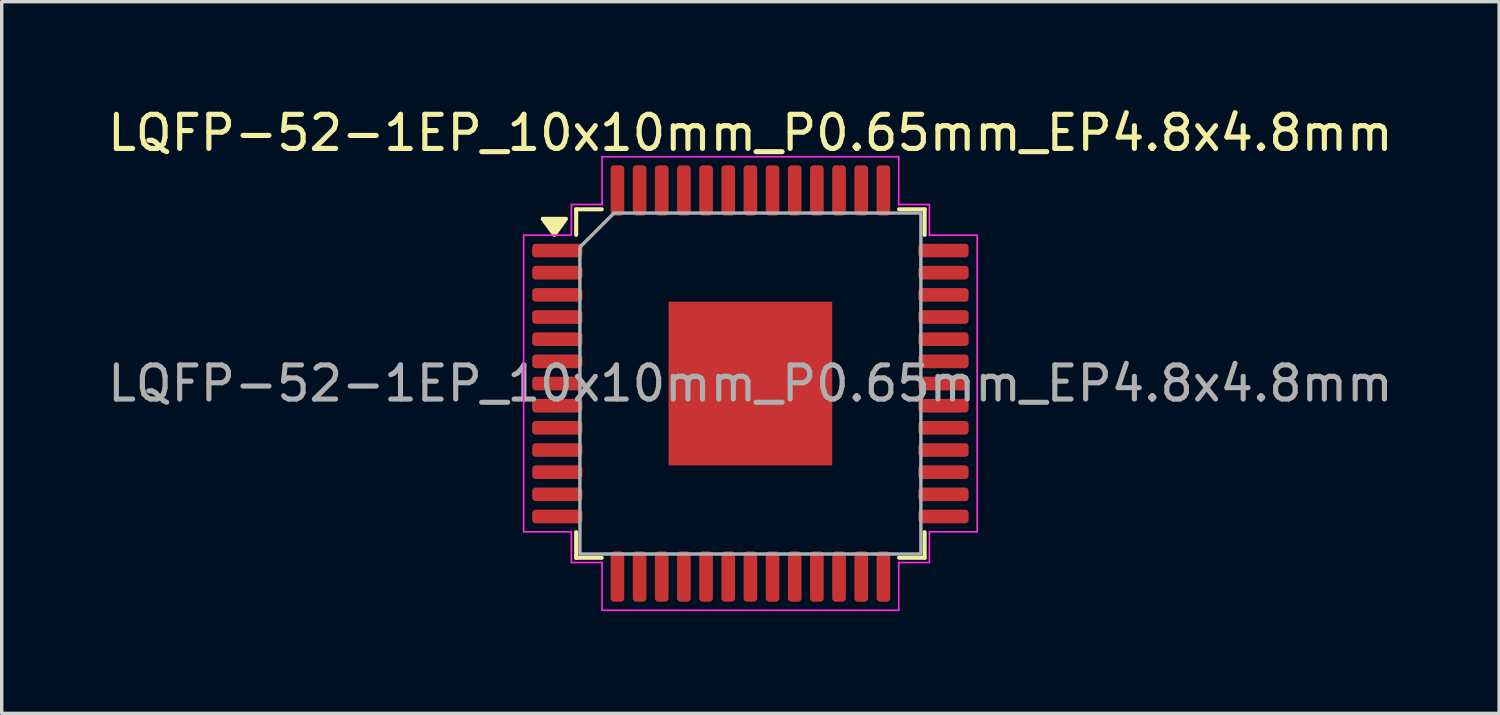
<source format=kicad_pcb>
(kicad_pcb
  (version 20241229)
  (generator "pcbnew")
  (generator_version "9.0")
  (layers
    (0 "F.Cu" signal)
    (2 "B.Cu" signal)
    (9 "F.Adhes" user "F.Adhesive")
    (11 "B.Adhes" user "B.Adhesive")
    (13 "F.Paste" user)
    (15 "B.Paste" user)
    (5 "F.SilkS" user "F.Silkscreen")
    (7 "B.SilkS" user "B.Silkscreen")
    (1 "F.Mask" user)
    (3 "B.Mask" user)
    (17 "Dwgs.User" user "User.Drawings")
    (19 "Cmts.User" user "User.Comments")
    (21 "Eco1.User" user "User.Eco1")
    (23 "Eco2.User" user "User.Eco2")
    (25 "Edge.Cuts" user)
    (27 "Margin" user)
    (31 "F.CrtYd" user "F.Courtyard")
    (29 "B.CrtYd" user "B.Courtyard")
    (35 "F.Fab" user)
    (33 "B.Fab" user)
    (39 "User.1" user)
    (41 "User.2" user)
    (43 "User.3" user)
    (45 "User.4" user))
  (footprint "LQFP-52-1EP_10x10mm_P0.65mm_EP4.8x4.8mm"
    (layer "F.Cu")
    (at 18.958 8.198)
    (property "Reference" "LQFP-52-1EP_10x10mm_P0.65mm_EP4.8x4.8mm" (at 0 -7.35 0) (layer "F.SilkS") (effects (font (size 1 1) (thickness 0.15))))
    (attr smd)
    (fp_line (start -5.11 -5.11) (end -4.36 -5.11) (stroke (width 0.12) (type solid)) (layer "F.SilkS"))
    (fp_line (start -5.11 -4.36) (end -5.11 -5.11) (stroke (width 0.12) (type solid)) (layer "F.SilkS"))
    (fp_line (start -5.11 5.11) (end -5.11 4.36) (stroke (width 0.12) (type solid)) (layer "F.SilkS"))
    (fp_line (start -4.36 5.11) (end -5.11 5.11) (stroke (width 0.12) (type solid)) (layer "F.SilkS"))
    (fp_line (start 4.36 -5.11) (end 5.11 -5.11) (stroke (width 0.12) (type solid)) (layer "F.SilkS"))
    (fp_line (start 5.11 -5.11) (end 5.11 -4.36) (stroke (width 0.12) (type solid)) (layer "F.SilkS"))
    (fp_line (start 5.11 4.36) (end 5.11 5.11) (stroke (width 0.12) (type solid)) (layer "F.SilkS"))
    (fp_line (start 5.11 5.11) (end 4.36 5.11) (stroke (width 0.12) (type solid)) (layer "F.SilkS"))
    (fp_poly (pts (xy -5.75 -4.36) (xy -6.09 -4.83) (xy -5.41 -4.83)) (stroke (width 0.12) (type solid)) (fill yes) (layer "F.SilkS"))
    (fp_line (start -6.65 -4.35) (end -5.25 -4.35) (stroke (width 0.05) (type solid)) (layer "F.CrtYd"))
    (fp_line (start -6.65 4.35) (end -6.65 -4.35) (stroke (width 0.05) (type solid)) (layer "F.CrtYd"))
    (fp_line (start -5.25 -5.25) (end -4.35 -5.25) (stroke (width 0.05) (type solid)) (layer "F.CrtYd"))
    (fp_line (start -5.25 -4.35) (end -5.25 -5.25) (stroke (width 0.05) (type solid)) (layer "F.CrtYd"))
    (fp_line (start -5.25 4.35) (end -6.65 4.35) (stroke (width 0.05) (type solid)) (layer "F.CrtYd"))
    (fp_line (start -5.25 5.25) (end -5.25 4.35) (stroke (width 0.05) (type solid)) (layer "F.CrtYd"))
    (fp_line (start -4.35 -6.65) (end 4.35 -6.65) (stroke (width 0.05) (type solid)) (layer "F.CrtYd"))
    (fp_line (start -4.35 -5.25) (end -4.35 -6.65) (stroke (width 0.05) (type solid)) (layer "F.CrtYd"))
    (fp_line (start -4.35 5.25) (end -5.25 5.25) (stroke (width 0.05) (type solid)) (layer "F.CrtYd"))
    (fp_line (start -4.35 6.65) (end -4.35 5.25) (stroke (width 0.05) (type solid)) (layer "F.CrtYd"))
    (fp_line (start 4.35 -6.65) (end 4.35 -5.25) (stroke (width 0.05) (type solid)) (layer "F.CrtYd"))
    (fp_line (start 4.35 -5.25) (end 5.25 -5.25) (stroke (width 0.05) (type solid)) (layer "F.CrtYd"))
    (fp_line (start 4.35 5.25) (end 4.35 6.65) (stroke (width 0.05) (type solid)) (layer "F.CrtYd"))
    (fp_line (start 4.35 6.65) (end -4.35 6.65) (stroke (width 0.05) (type solid)) (layer "F.CrtYd"))
    (fp_line (start 5.25 -5.25) (end 5.25 -4.35) (stroke (width 0.05) (type solid)) (layer "F.CrtYd"))
    (fp_line (start 5.25 -4.35) (end 6.65 -4.35) (stroke (width 0.05) (type solid)) (layer "F.CrtYd"))
    (fp_line (start 5.25 4.35) (end 5.25 5.25) (stroke (width 0.05) (type solid)) (layer "F.CrtYd"))
    (fp_line (start 5.25 5.25) (end 4.35 5.25) (stroke (width 0.05) (type solid)) (layer "F.CrtYd"))
    (fp_line (start 6.65 -4.35) (end 6.65 4.35) (stroke (width 0.05) (type solid)) (layer "F.CrtYd"))
    (fp_line (start 6.65 4.35) (end 5.25 4.35) (stroke (width 0.05) (type solid)) (layer "F.CrtYd"))
    (fp_poly (pts (xy -5 -4) (xy -5 5) (xy 5 5) (xy 5 -5) (xy -4 -5)) (stroke (width 0.1) (type solid)) (fill no) (layer "F.Fab"))
    (fp_text user "${REFERENCE}" (at 0 0 0) (layer "F.Fab") (effects (font (size 1 1) (thickness 0.15))))
    (pad "" smd roundrect (at -1.6 -1.6) (size 1.29 1.29) (layers "F.Paste") (roundrect_rratio 0.194))
    (pad "" smd roundrect (at -1.6 0) (size 1.29 1.29) (layers "F.Paste") (roundrect_rratio 0.194))
    (pad "" smd roundrect (at -1.6 1.6) (size 1.29 1.29) (layers "F.Paste") (roundrect_rratio 0.194))
    (pad "" smd roundrect (at 0 -1.6) (size 1.29 1.29) (layers "F.Paste") (roundrect_rratio 0.194))
    (pad "" smd roundrect (at 0 0) (size 1.29 1.29) (layers "F.Paste") (roundrect_rratio 0.194))
    (pad "" smd roundrect (at 0 1.6) (size 1.29 1.29) (layers "F.Paste") (roundrect_rratio 0.194))
    (pad "" smd roundrect (at 1.6 -1.6) (size 1.29 1.29) (layers "F.Paste") (roundrect_rratio 0.194))
    (pad "" smd roundrect (at 1.6 0) (size 1.29 1.29) (layers "F.Paste") (roundrect_rratio 0.194))
    (pad "" smd roundrect (at 1.6 1.6) (size 1.29 1.29) (layers "F.Paste") (roundrect_rratio 0.194))
    (pad "1" smd roundrect (at -5.662 -3.9) (size 1.475 0.4) (layers "F.Cu" "F.Mask" "F.Paste") (roundrect_rratio 0.25))
    (pad "2" smd roundrect (at -5.662 -3.25) (size 1.475 0.4) (layers "F.Cu" "F.Mask" "F.Paste") (roundrect_rratio 0.25))
    (pad "3" smd roundrect (at -5.662 -2.6) (size 1.475 0.4) (layers "F.Cu" "F.Mask" "F.Paste") (roundrect_rratio 0.25))
    (pad "4" smd roundrect (at -5.662 -1.95) (size 1.475 0.4) (layers "F.Cu" "F.Mask" "F.Paste") (roundrect_rratio 0.25))
    (pad "5" smd roundrect (at -5.662 -1.3) (size 1.475 0.4) (layers "F.Cu" "F.Mask" "F.Paste") (roundrect_rratio 0.25))
    (pad "6" smd roundrect (at -5.662 -0.65) (size 1.475 0.4) (layers "F.Cu" "F.Mask" "F.Paste") (roundrect_rratio 0.25))
    (pad "7" smd roundrect (at -5.662 0) (size 1.475 0.4) (layers "F.Cu" "F.Mask" "F.Paste") (roundrect_rratio 0.25))
    (pad "8" smd roundrect (at -5.662 0.65) (size 1.475 0.4) (layers "F.Cu" "F.Mask" "F.Paste") (roundrect_rratio 0.25))
    (pad "9" smd roundrect (at -5.662 1.3) (size 1.475 0.4) (layers "F.Cu" "F.Mask" "F.Paste") (roundrect_rratio 0.25))
    (pad "10" smd roundrect (at -5.662 1.95) (size 1.475 0.4) (layers "F.Cu" "F.Mask" "F.Paste") (roundrect_rratio 0.25))
    (pad "11" smd roundrect (at -5.662 2.6) (size 1.475 0.4) (layers "F.Cu" "F.Mask" "F.Paste") (roundrect_rratio 0.25))
    (pad "12" smd roundrect (at -5.662 3.25) (size 1.475 0.4) (layers "F.Cu" "F.Mask" "F.Paste") (roundrect_rratio 0.25))
    (pad "13" smd roundrect (at -5.662 3.9) (size 1.475 0.4) (layers "F.Cu" "F.Mask" "F.Paste") (roundrect_rratio 0.25))
    (pad "14" smd roundrect (at -3.9 5.662) (size 0.4 1.475) (layers "F.Cu" "F.Mask" "F.Paste") (roundrect_rratio 0.25))
    (pad "15" smd roundrect (at -3.25 5.662) (size 0.4 1.475) (layers "F.Cu" "F.Mask" "F.Paste") (roundrect_rratio 0.25))
    (pad "16" smd roundrect (at -2.6 5.662) (size 0.4 1.475) (layers "F.Cu" "F.Mask" "F.Paste") (roundrect_rratio 0.25))
    (pad "17" smd roundrect (at -1.95 5.662) (size 0.4 1.475) (layers "F.Cu" "F.Mask" "F.Paste") (roundrect_rratio 0.25))
    (pad "18" smd roundrect (at -1.3 5.662) (size 0.4 1.475) (layers "F.Cu" "F.Mask" "F.Paste") (roundrect_rratio 0.25))
    (pad "19" smd roundrect (at -0.65 5.662) (size 0.4 1.475) (layers "F.Cu" "F.Mask" "F.Paste") (roundrect_rratio 0.25))
    (pad "20" smd roundrect (at 0 5.662) (size 0.4 1.475) (layers "F.Cu" "F.Mask" "F.Paste") (roundrect_rratio 0.25))
    (pad "21" smd roundrect (at 0.65 5.662) (size 0.4 1.475) (layers "F.Cu" "F.Mask" "F.Paste") (roundrect_rratio 0.25))
    (pad "22" smd roundrect (at 1.3 5.662) (size 0.4 1.475) (layers "F.Cu" "F.Mask" "F.Paste") (roundrect_rratio 0.25))
    (pad "23" smd roundrect (at 1.95 5.662) (size 0.4 1.475) (layers "F.Cu" "F.Mask" "F.Paste") (roundrect_rratio 0.25))
    (pad "24" smd roundrect (at 2.6 5.662) (size 0.4 1.475) (layers "F.Cu" "F.Mask" "F.Paste") (roundrect_rratio 0.25))
    (pad "25" smd roundrect (at 3.25 5.662) (size 0.4 1.475) (layers "F.Cu" "F.Mask" "F.Paste") (roundrect_rratio 0.25))
    (pad "26" smd roundrect (at 3.9 5.662) (size 0.4 1.475) (layers "F.Cu" "F.Mask" "F.Paste") (roundrect_rratio 0.25))
    (pad "27" smd roundrect (at 5.662 3.9) (size 1.475 0.4) (layers "F.Cu" "F.Mask" "F.Paste") (roundrect_rratio 0.25))
    (pad "28" smd roundrect (at 5.662 3.25) (size 1.475 0.4) (layers "F.Cu" "F.Mask" "F.Paste") (roundrect_rratio 0.25))
    (pad "29" smd roundrect (at 5.662 2.6) (size 1.475 0.4) (layers "F.Cu" "F.Mask" "F.Paste") (roundrect_rratio 0.25))
    (pad "30" smd roundrect (at 5.662 1.95) (size 1.475 0.4) (layers "F.Cu" "F.Mask" "F.Paste") (roundrect_rratio 0.25))
    (pad "31" smd roundrect (at 5.662 1.3) (size 1.475 0.4) (layers "F.Cu" "F.Mask" "F.Paste") (roundrect_rratio 0.25))
    (pad "32" smd roundrect (at 5.662 0.65) (size 1.475 0.4) (layers "F.Cu" "F.Mask" "F.Paste") (roundrect_rratio 0.25))
    (pad "33" smd roundrect (at 5.662 0) (size 1.475 0.4) (layers "F.Cu" "F.Mask" "F.Paste") (roundrect_rratio 0.25))
    (pad "34" smd roundrect (at 5.662 -0.65) (size 1.475 0.4) (layers "F.Cu" "F.Mask" "F.Paste") (roundrect_rratio 0.25))
    (pad "35" smd roundrect (at 5.662 -1.3) (size 1.475 0.4) (layers "F.Cu" "F.Mask" "F.Paste") (roundrect_rratio 0.25))
    (pad "36" smd roundrect (at 5.662 -1.95) (size 1.475 0.4) (layers "F.Cu" "F.Mask" "F.Paste") (roundrect_rratio 0.25))
    (pad "37" smd roundrect (at 5.662 -2.6) (size 1.475 0.4) (layers "F.Cu" "F.Mask" "F.Paste") (roundrect_rratio 0.25))
    (pad "38" smd roundrect (at 5.662 -3.25) (size 1.475 0.4) (layers "F.Cu" "F.Mask" "F.Paste") (roundrect_rratio 0.25))
    (pad "39" smd roundrect (at 5.662 -3.9) (size 1.475 0.4) (layers "F.Cu" "F.Mask" "F.Paste") (roundrect_rratio 0.25))
    (pad "40" smd roundrect (at 3.9 -5.662) (size 0.4 1.475) (layers "F.Cu" "F.Mask" "F.Paste") (roundrect_rratio 0.25))
    (pad "41" smd roundrect (at 3.25 -5.662) (size 0.4 1.475) (layers "F.Cu" "F.Mask" "F.Paste") (roundrect_rratio 0.25))
    (pad "42" smd roundrect (at 2.6 -5.662) (size 0.4 1.475) (layers "F.Cu" "F.Mask" "F.Paste") (roundrect_rratio 0.25))
    (pad "43" smd roundrect (at 1.95 -5.662) (size 0.4 1.475) (layers "F.Cu" "F.Mask" "F.Paste") (roundrect_rratio 0.25))
    (pad "44" smd roundrect (at 1.3 -5.662) (size 0.4 1.475) (layers "F.Cu" "F.Mask" "F.Paste") (roundrect_rratio 0.25))
    (pad "45" smd roundrect (at 0.65 -5.662) (size 0.4 1.475) (layers "F.Cu" "F.Mask" "F.Paste") (roundrect_rratio 0.25))
    (pad "46" smd roundrect (at 0 -5.662) (size 0.4 1.475) (layers "F.Cu" "F.Mask" "F.Paste") (roundrect_rratio 0.25))
    (pad "47" smd roundrect (at -0.65 -5.662) (size 0.4 1.475) (layers "F.Cu" "F.Mask" "F.Paste") (roundrect_rratio 0.25))
    (pad "48" smd roundrect (at -1.3 -5.662) (size 0.4 1.475) (layers "F.Cu" "F.Mask" "F.Paste") (roundrect_rratio 0.25))
    (pad "49" smd roundrect (at -1.95 -5.662) (size 0.4 1.475) (layers "F.Cu" "F.Mask" "F.Paste") (roundrect_rratio 0.25))
    (pad "50" smd roundrect (at -2.6 -5.662) (size 0.4 1.475) (layers "F.Cu" "F.Mask" "F.Paste") (roundrect_rratio 0.25))
    (pad "51" smd roundrect (at -3.25 -5.662) (size 0.4 1.475) (layers "F.Cu" "F.Mask" "F.Paste") (roundrect_rratio 0.25))
    (pad "52" smd roundrect (at -3.9 -5.662) (size 0.4 1.475) (layers "F.Cu" "F.Mask" "F.Paste") (roundrect_rratio 0.25))
    (pad "53" smd rect (at 0 0) (size 4.8 4.8) (property pad_prop_heatsink) (layers "F.Cu" "F.Mask")))
  (gr_rect
    (start -3 -3)
    (end 40.917 17.873)
    (stroke (width 0.1) (type default))
    (fill no)
    (layer "Edge.Cuts")))
</source>
